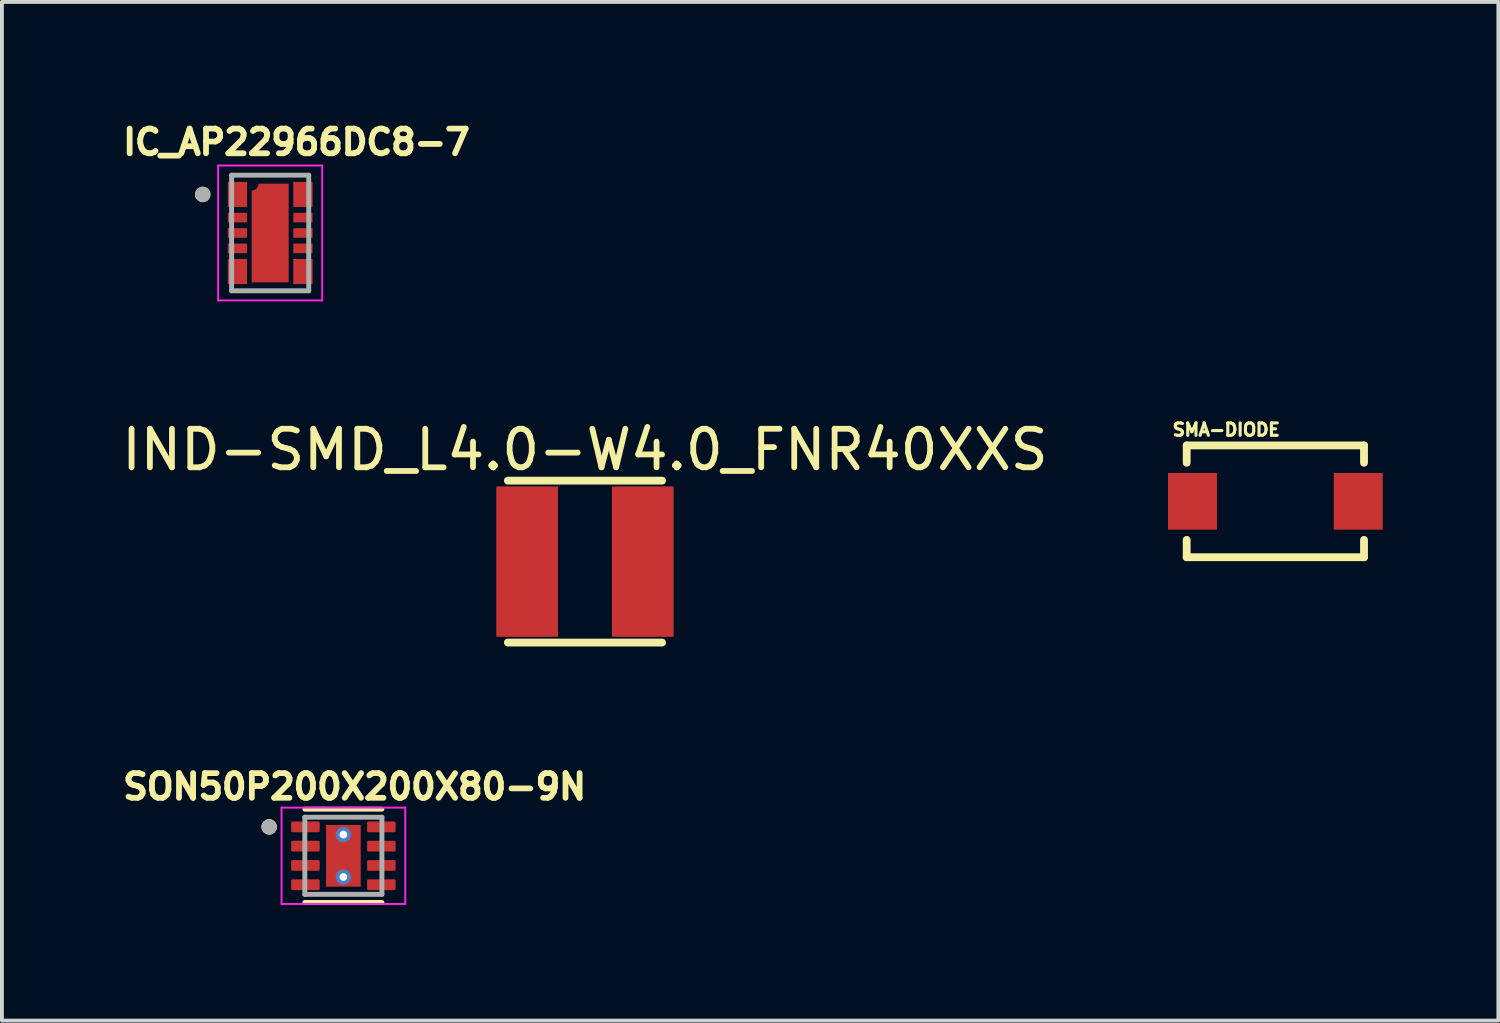
<source format=kicad_pcb>
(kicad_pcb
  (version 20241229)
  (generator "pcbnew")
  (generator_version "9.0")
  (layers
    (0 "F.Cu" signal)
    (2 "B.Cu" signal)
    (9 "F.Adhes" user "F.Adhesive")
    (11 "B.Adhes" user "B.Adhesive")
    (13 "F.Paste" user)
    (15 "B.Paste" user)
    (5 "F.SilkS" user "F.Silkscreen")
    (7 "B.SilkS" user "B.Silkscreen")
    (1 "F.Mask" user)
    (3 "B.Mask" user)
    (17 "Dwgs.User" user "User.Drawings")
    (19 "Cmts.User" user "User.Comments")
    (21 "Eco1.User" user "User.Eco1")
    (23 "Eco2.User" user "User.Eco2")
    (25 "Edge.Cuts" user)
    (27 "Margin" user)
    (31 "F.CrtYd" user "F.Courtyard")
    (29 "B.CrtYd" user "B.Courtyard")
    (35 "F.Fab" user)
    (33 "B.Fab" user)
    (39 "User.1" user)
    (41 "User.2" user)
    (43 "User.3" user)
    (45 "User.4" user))
  (footprint "IC_AP22966DC8-7"
    (layer "F.Cu")
    (at 3.959 2.994)
    (property "Reference" "IC_AP22966DC8-7" (at 0.682 -2.356 0) (layer "F.SilkS") (effects (font (size 0.64 0.64) (thickness 0.15))))
    (attr smd)
    (fp_poly (pts (xy -1.15 -1.375) (xy -0.55 -1.375) (xy -0.55 -0.625) (xy -1.15 -0.625)) (stroke (width 0.01) (type solid)) (fill yes) (layer "F.Mask"))
    (fp_poly (pts (xy -1.15 -0.575) (xy -0.55 -0.575) (xy -0.55 -0.225) (xy -1.15 -0.225)) (stroke (width 0.01) (type solid)) (fill yes) (layer "F.Mask"))
    (fp_poly (pts (xy -1.15 -0.175) (xy -0.55 -0.175) (xy -0.55 0.175) (xy -1.15 0.175)) (stroke (width 0.01) (type solid)) (fill yes) (layer "F.Mask"))
    (fp_poly (pts (xy -1.15 0.225) (xy -0.55 0.225) (xy -0.55 0.575) (xy -1.15 0.575)) (stroke (width 0.01) (type solid)) (fill yes) (layer "F.Mask"))
    (fp_poly (pts (xy -1.15 0.625) (xy -0.55 0.625) (xy -0.55 1.375) (xy -1.15 1.375)) (stroke (width 0.01) (type solid)) (fill yes) (layer "F.Mask"))
    (fp_poly (pts (xy 0.55 -1.375) (xy 1.15 -1.375) (xy 1.15 -0.625) (xy 0.55 -0.625)) (stroke (width 0.01) (type solid)) (fill yes) (layer "F.Mask"))
    (fp_poly (pts (xy 0.55 -0.575) (xy 1.15 -0.575) (xy 1.15 -0.225) (xy 0.55 -0.225)) (stroke (width 0.01) (type solid)) (fill yes) (layer "F.Mask"))
    (fp_poly (pts (xy 0.55 -0.175) (xy 1.15 -0.175) (xy 1.15 0.175) (xy 0.55 0.175)) (stroke (width 0.01) (type solid)) (fill yes) (layer "F.Mask"))
    (fp_poly (pts (xy 0.55 0.225) (xy 1.15 0.225) (xy 1.15 0.575) (xy 0.55 0.575)) (stroke (width 0.01) (type solid)) (fill yes) (layer "F.Mask"))
    (fp_poly (pts (xy 0.55 0.625) (xy 1.15 0.625) (xy 1.15 1.375) (xy 0.55 1.375)) (stroke (width 0.01) (type solid)) (fill yes) (layer "F.Mask"))
    (fp_poly (pts (xy -0.525 -1.15) (xy -0.516 -1.15) (xy -0.507 -1.151) (xy -0.498 -1.152) (xy -0.489 -1.154) (xy -0.48 -1.156) (xy -0.471 -1.159) (xy -0.462 -1.162) (xy -0.454 -1.165) (xy -0.446 -1.169) (xy -0.438 -1.173) (xy -0.43 -1.178) (xy -0.422 -1.183) (xy -0.415 -1.189) (xy -0.408 -1.195) (xy -0.401 -1.201) (xy -0.395 -1.208) (xy -0.389 -1.215) (xy -0.383 -1.222) (xy -0.378 -1.23) (xy -0.373 -1.237) (xy -0.369 -1.246) (xy -0.365 -1.254) (xy -0.362 -1.262) (xy -0.359 -1.271) (xy -0.356 -1.28) (xy -0.354 -1.289) (xy -0.352 -1.298) (xy -0.351 -1.307) (xy -0.35 -1.316) (xy -0.35 -1.325) (xy 0.525 -1.325) (xy 0.525 1.325) (xy -0.525 1.325) (xy -0.525 -1.15)) (stroke (width 0.01) (type solid)) (fill yes) (layer "F.Mask"))
    (fp_circle (center -1.75 -1) (end -1.65 -1) (stroke (width 0.2) (type solid)) (fill no) (layer "F.SilkS"))
    (fp_poly (pts (xy -0.3 -0.806) (xy 0.3 -0.806) (xy 0.3 0.806) (xy -0.3 0.806)) (stroke (width 0.01) (type solid)) (fill yes) (layer "F.Paste"))
    (fp_line (start -1.35 -1.75) (end -1.35 1.75) (stroke (width 0.05) (type solid)) (layer "F.CrtYd"))
    (fp_line (start -1.35 1.75) (end 1.35 1.75) (stroke (width 0.05) (type solid)) (layer "F.CrtYd"))
    (fp_line (start 1.35 -1.75) (end -1.35 -1.75) (stroke (width 0.05) (type solid)) (layer "F.CrtYd"))
    (fp_line (start 1.35 1.75) (end 1.35 -1.75) (stroke (width 0.05) (type solid)) (layer "F.CrtYd"))
    (fp_line (start -1 -1.5) (end -1 1.5) (stroke (width 0.127) (type solid)) (layer "F.Fab"))
    (fp_line (start -1 1.5) (end 1 1.5) (stroke (width 0.127) (type solid)) (layer "F.Fab"))
    (fp_line (start 1 -1.5) (end -1 -1.5) (stroke (width 0.127) (type solid)) (layer "F.Fab"))
    (fp_line (start 1 1.5) (end 1 -1.5) (stroke (width 0.127) (type solid)) (layer "F.Fab"))
    (fp_circle (center -1.75 -1) (end -1.65 -1) (stroke (width 0.2) (type solid)) (fill no) (layer "F.Fab"))
    (pad "1_2" smd rect (at -0.85 -1) (size 0.5 0.65) (layers "F.Cu" "F.Paste"))
    (pad "3" smd rect (at -0.85 -0.4) (size 0.5 0.25) (layers "F.Cu" "F.Paste"))
    (pad "4" smd rect (at -0.85 0) (size 0.5 0.25) (layers "F.Cu" "F.Paste"))
    (pad "5" smd rect (at -0.85 0.4) (size 0.5 0.25) (layers "F.Cu" "F.Paste"))
    (pad "6_7" smd rect (at -0.85 1) (size 0.5 0.65) (layers "F.Cu" "F.Paste"))
    (pad "8_9" smd rect (at 0.85 1) (size 0.5 0.65) (layers "F.Cu" "F.Paste"))
    (pad "10" smd rect (at 0.85 0.4) (size 0.5 0.25) (layers "F.Cu" "F.Paste"))
    (pad "11" smd rect (at 0.85 0) (size 0.5 0.25) (layers "F.Cu" "F.Paste"))
    (pad "12" smd rect (at 0.85 -0.4) (size 0.5 0.25) (layers "F.Cu" "F.Paste"))
    (pad "13_14" smd rect (at 0.85 -1) (size 0.5 0.65) (layers "F.Cu" "F.Paste"))
    (pad "15" smd custom (at 0 0) (size 0.1 0.1) (layers "F.Cu") (options (anchor rect)) (primitives (gr_poly (pts (xy -0.475 -1.1) (xy -0.466 -1.1) (xy -0.457 -1.101) (xy -0.448 -1.102) (xy -0.439 -1.104) (xy -0.43 -1.106) (xy -0.421 -1.109) (xy -0.412 -1.112) (xy -0.404 -1.115) (xy -0.396 -1.119) (xy -0.387 -1.123) (xy -0.38 -1.128) (xy -0.372 -1.133) (xy -0.365 -1.139) (xy -0.358 -1.145) (xy -0.351 -1.151) (xy -0.345 -1.158) (xy -0.339 -1.165) (xy -0.333 -1.172) (xy -0.328 -1.18) (xy -0.323 -1.188) (xy -0.319 -1.196) (xy -0.315 -1.204) (xy -0.312 -1.212) (xy -0.309 -1.221) (xy -0.306 -1.23) (xy -0.304 -1.239) (xy -0.302 -1.248) (xy -0.301 -1.257) (xy -0.3 -1.266) (xy -0.3 -1.275) (xy 0.475 -1.275) (xy 0.475 1.275) (xy -0.475 1.275) (xy -0.475 -1.1)) (width 0.01) (fill yes)))))
  (footprint "IND-SMD_L4.0-W4.0_FNR40XXS"
    (layer "F.Cu")
    (at 12.125 11.519)
    (property "Reference" "IND-SMD_L4.0-W4.0_FNR40XXS" (at 0 -2.901 0) (layer "F.SilkS") (effects (font (size 1 1) (thickness 0.15))))
    (fp_line (start -2 -2.1) (end 2 -2.1) (stroke (width 0.203) (type default)) (layer "F.SilkS"))
    (fp_line (start -2 2.1) (end 2 2.1) (stroke (width 0.203) (type default)) (layer "F.SilkS"))
    (fp_poly (pts (xy -1.05 -1.65) (xy -1.05 1.65) (xy -2.001 1.65) (xy -2.001 -1.65)) (stroke (width 0.1) (type default)) (fill no) (layer "User.1"))
    (fp_poly (pts (xy 2.001 -1.65) (xy 2.001 1.65) (xy 1.05 1.65) (xy 1.05 -1.65)) (stroke (width 0.1) (type default)) (fill no) (layer "User.1"))
    (fp_line (start -2 -2) (end 2 -2) (stroke (width 0.051) (type default)) (layer "User.2"))
    (fp_line (start -2 2) (end -2 -2) (stroke (width 0.051) (type default)) (layer "User.2"))
    (fp_line (start 2 -2) (end 2 2) (stroke (width 0.051) (type default)) (layer "User.2"))
    (fp_line (start 2 2) (end -2 2) (stroke (width 0.051) (type default)) (layer "User.2"))
    (fp_poly (pts (xy -1.945 1.98) (xy -1.977 1.948) (xy -2.023 1.948) (xy -2.055 1.98) (xy -2.055 2.026) (xy -2.023 2.058) (xy -1.977 2.058) (xy -1.945 2.026)) (stroke (width 0.1) (type default)) (fill no) (layer "User.3"))
    (pad "1" smd rect (at -1.5 0) (size 1.6 3.9) (layers "F.Cu" "F.Mask" "F.Paste"))
    (pad "2" smd rect (at 1.5 0) (size 1.6 3.9) (layers "F.Cu" "F.Mask" "F.Paste")))
  (footprint "SMA-DIODE"
    (layer "F.Cu")
    (at 30.035 9.955)
    (property "Reference" "SMA-DIODE" (at -1.272 -1.857 0) (layer "F.SilkS") (effects (font (size 0.321 0.321) (thickness 0.15))))
    (attr smd)
    (fp_line (start -2.3 -1.45) (end 2.3 -1.45) (stroke (width 0.203) (type solid)) (layer "F.SilkS"))
    (fp_line (start -2.3 -1) (end -2.3 -1.45) (stroke (width 0.203) (type solid)) (layer "F.SilkS"))
    (fp_line (start -2.3 1.45) (end -2.3 1) (stroke (width 0.203) (type solid)) (layer "F.SilkS"))
    (fp_line (start 2.3 -1.45) (end 2.3 -1) (stroke (width 0.203) (type solid)) (layer "F.SilkS"))
    (fp_line (start 2.3 1) (end 2.3 1.45) (stroke (width 0.203) (type solid)) (layer "F.SilkS"))
    (fp_line (start 2.3 1.45) (end -2.3 1.45) (stroke (width 0.203) (type solid)) (layer "F.SilkS"))
    (pad "A" smd rect (at -2.15 0) (size 1.27 1.47) (layers "F.Cu" "F.Mask" "F.Paste"))
    (pad "C" smd rect (at 2.15 0) (size 1.27 1.47) (layers "F.Cu" "F.Mask" "F.Paste")))
  (footprint "SON50P200X200X80-9N"
    (layer "F.Cu")
    (at 5.858 19.151)
    (property "Reference" "SON50P200X200X80-9N" (at 0.292 -1.793 0) (layer "F.SilkS") (effects (font (size 0.64 0.64) (thickness 0.15))))
    (attr smd)
    (fp_line (start -1 -1.21) (end 1 -1.21) (stroke (width 0.127) (type solid)) (layer "F.SilkS"))
    (fp_line (start -1 1.21) (end 1 1.21) (stroke (width 0.127) (type solid)) (layer "F.SilkS"))
    (fp_circle (center -1.925 -0.75) (end -1.825 -0.75) (stroke (width 0.2) (type solid)) (fill no) (layer "F.SilkS"))
    (fp_poly (pts (xy -0.28 -0.51) (xy 0.28 -0.51) (xy 0.28 0.51) (xy -0.28 0.51)) (stroke (width 0.01) (type solid)) (fill yes) (layer "F.Paste"))
    (fp_line (start -1.605 -1.25) (end -1.605 1.25) (stroke (width 0.05) (type solid)) (layer "F.CrtYd"))
    (fp_line (start -1.605 -1.25) (end 1.605 -1.25) (stroke (width 0.05) (type solid)) (layer "F.CrtYd"))
    (fp_line (start -1.605 1.25) (end 1.605 1.25) (stroke (width 0.05) (type solid)) (layer "F.CrtYd"))
    (fp_line (start 1.605 -1.25) (end 1.605 1.25) (stroke (width 0.05) (type solid)) (layer "F.CrtYd"))
    (fp_line (start -1 -1) (end -1 1) (stroke (width 0.127) (type solid)) (layer "F.Fab"))
    (fp_line (start -1 -1) (end 1 -1) (stroke (width 0.127) (type solid)) (layer "F.Fab"))
    (fp_line (start -1 1) (end 1 1) (stroke (width 0.127) (type solid)) (layer "F.Fab"))
    (fp_line (start 1 -1) (end 1 1) (stroke (width 0.127) (type solid)) (layer "F.Fab"))
    (fp_circle (center -1.925 -0.75) (end -1.825 -0.75) (stroke (width 0.2) (type solid)) (fill no) (layer "F.Fab"))
    (pad "1" smd roundrect (at -0.985 -0.75) (size 0.74 0.28) (layers "F.Cu" "F.Mask" "F.Paste") (roundrect_rratio 0.125))
    (pad "2" smd roundrect (at -0.985 -0.25) (size 0.74 0.28) (layers "F.Cu" "F.Mask" "F.Paste") (roundrect_rratio 0.125))
    (pad "3" smd roundrect (at -0.985 0.25) (size 0.74 0.28) (layers "F.Cu" "F.Mask" "F.Paste") (roundrect_rratio 0.125))
    (pad "4" smd roundrect (at -0.985 0.75) (size 0.74 0.28) (layers "F.Cu" "F.Mask" "F.Paste") (roundrect_rratio 0.125))
    (pad "5" smd roundrect (at 0.985 0.75) (size 0.74 0.28) (layers "F.Cu" "F.Mask" "F.Paste") (roundrect_rratio 0.125))
    (pad "6" smd roundrect (at 0.985 0.25) (size 0.74 0.28) (layers "F.Cu" "F.Mask" "F.Paste") (roundrect_rratio 0.125))
    (pad "7" smd roundrect (at 0.985 -0.25) (size 0.74 0.28) (layers "F.Cu" "F.Mask" "F.Paste") (roundrect_rratio 0.125))
    (pad "8" smd roundrect (at 0.985 -0.75) (size 0.74 0.28) (layers "F.Cu" "F.Mask" "F.Paste") (roundrect_rratio 0.125))
    (pad "9" smd rect (at 0 0) (size 0.9 1.6) (layers "F.Cu" "F.Mask"))
    (pad "9_1" thru_hole circle (at 0 -0.55) (size 0.4 0.4) (drill 0.2) (layers "*.Cu"))
    (pad "9_2" thru_hole circle (at 0 0.55) (size 0.4 0.4) (drill 0.2) (layers "*.Cu")))
  (gr_rect
    (start -3 -3)
    (end 35.82 23.426)
    (stroke (width 0.1) (type default))
    (fill no)
    (layer "Edge.Cuts")))
</source>
